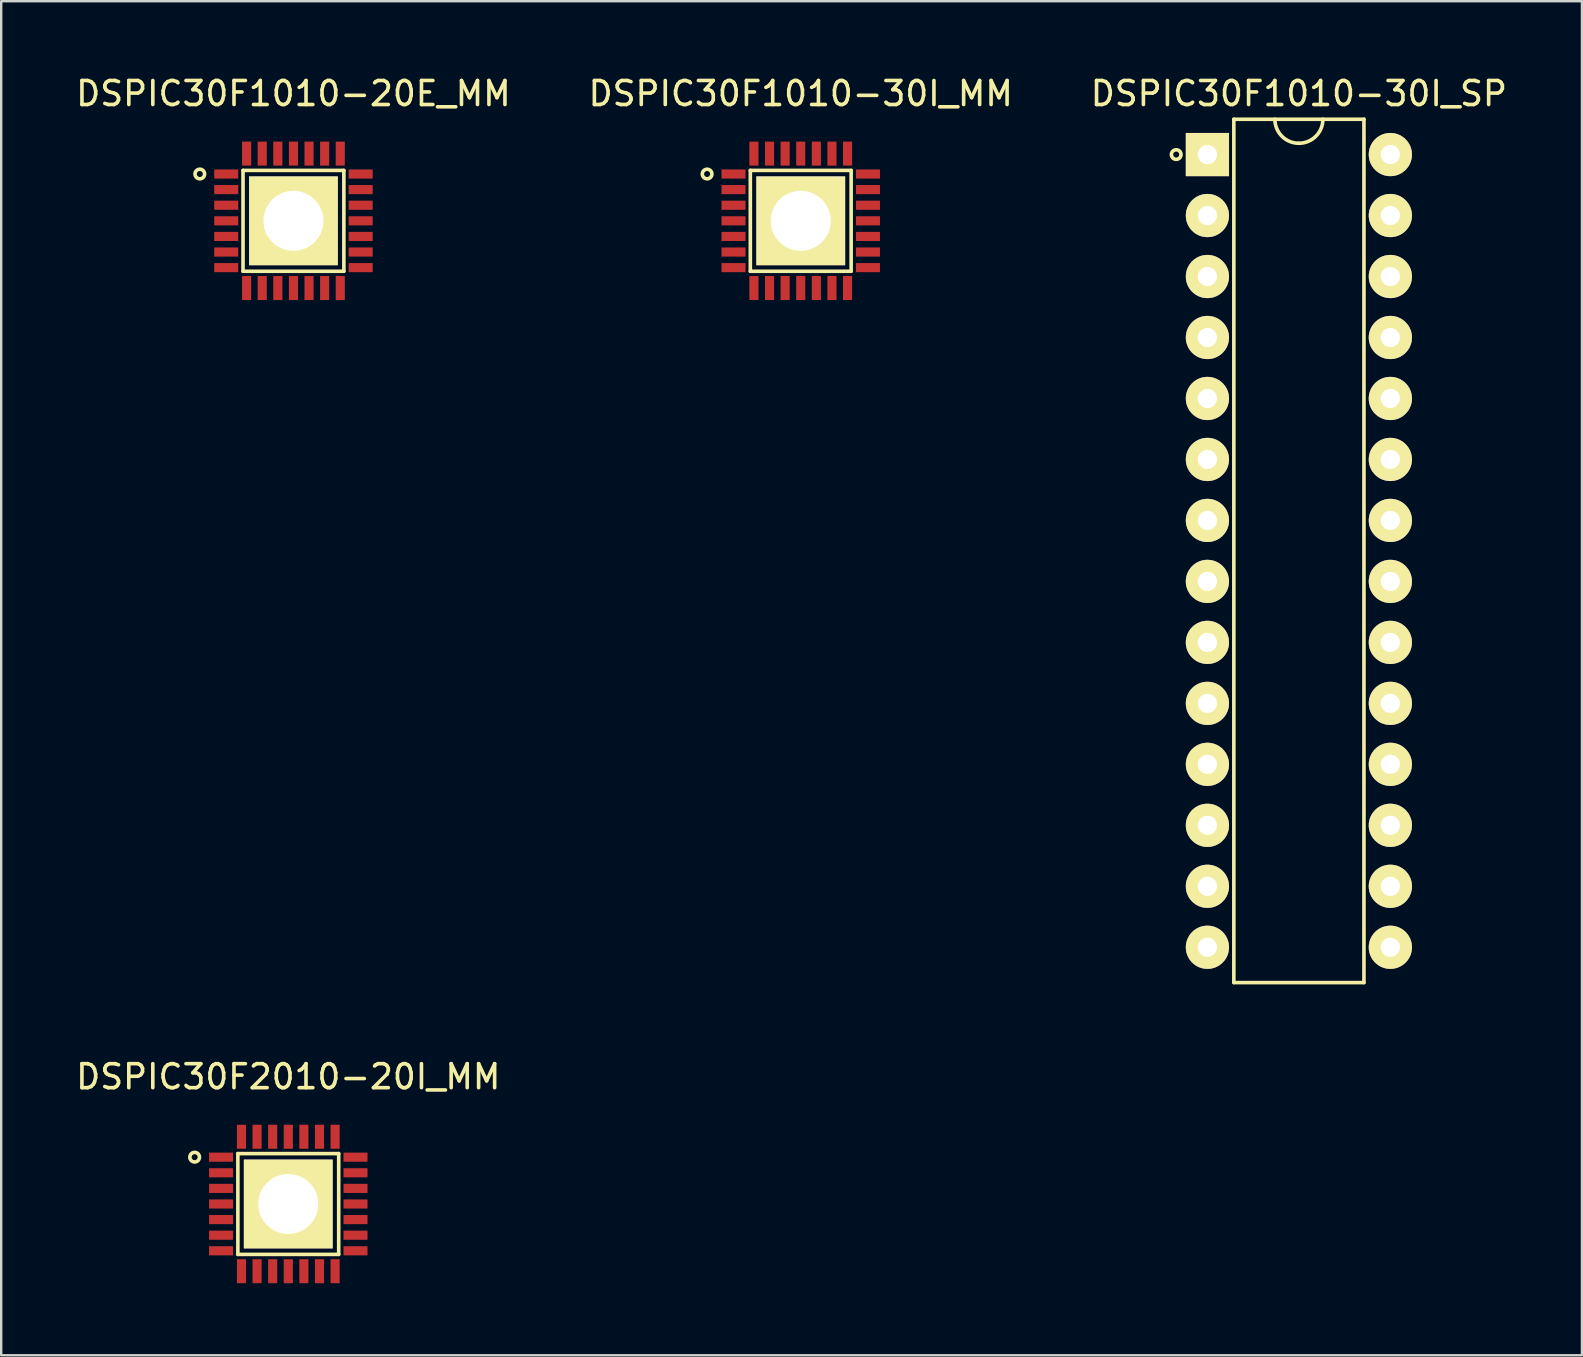
<source format=kicad_pcb>
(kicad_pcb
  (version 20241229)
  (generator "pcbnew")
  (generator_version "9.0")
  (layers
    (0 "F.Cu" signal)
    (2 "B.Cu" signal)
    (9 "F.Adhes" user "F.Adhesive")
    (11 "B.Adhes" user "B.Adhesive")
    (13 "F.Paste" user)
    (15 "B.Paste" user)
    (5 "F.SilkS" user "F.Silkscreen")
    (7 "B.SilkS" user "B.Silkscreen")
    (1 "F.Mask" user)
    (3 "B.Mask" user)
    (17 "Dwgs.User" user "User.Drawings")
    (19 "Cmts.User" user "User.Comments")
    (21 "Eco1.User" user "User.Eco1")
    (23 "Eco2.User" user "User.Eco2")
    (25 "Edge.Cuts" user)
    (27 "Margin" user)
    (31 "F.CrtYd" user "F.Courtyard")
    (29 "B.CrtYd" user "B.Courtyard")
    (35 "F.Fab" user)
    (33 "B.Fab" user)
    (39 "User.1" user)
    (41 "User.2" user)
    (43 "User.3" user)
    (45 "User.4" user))
  (footprint "DSPIC30F1010-30I_MM"
    (layer "F.Cu")
    (at 27.504 3.348)
    (property "Reference" "DSPIC30F1010-30I_MM" (at 2.8 -2.5 0) (layer "F.SilkS") (effects (font (size 1 1) (thickness 0.15))))
    (attr through_hole)
    (fp_line (start 0.7 0.7) (end 0.7 4.9) (stroke (width 0.15) (type solid)) (layer "F.SilkS"))
    (fp_line (start 0.7 0.7) (end 4.9 0.7) (stroke (width 0.15) (type solid)) (layer "F.SilkS"))
    (fp_line (start 0.7 4.9) (end 4.9 4.9) (stroke (width 0.15) (type solid)) (layer "F.SilkS"))
    (fp_line (start 4.9 4.9) (end 4.9 0.7) (stroke (width 0.15) (type solid)) (layer "F.SilkS"))
    (fp_circle (center -1.1 0.85) (end -1.1 0.65) (stroke (width 0.15) (type solid)) (fill no) (layer "F.SilkS"))
    (fp_circle (center 1.7 1.7) (end 1.7 1.2) (stroke (width 0.15) (type solid)) (fill no) (layer "F.SilkS"))
    (pad "1" smd rect (at 0 0.85) (size 1 0.38) (layers "F.Cu" "F.Mask" "F.Paste"))
    (pad "2" smd rect (at 0 1.5) (size 1 0.38) (layers "F.Cu" "F.Mask" "F.Paste"))
    (pad "3" smd rect (at 0 2.15) (size 1 0.38) (layers "F.Cu" "F.Mask" "F.Paste"))
    (pad "4" smd rect (at 0 2.8) (size 1 0.38) (layers "F.Cu" "F.Mask" "F.Paste"))
    (pad "5" smd rect (at 0 3.45) (size 1 0.38) (layers "F.Cu" "F.Mask" "F.Paste"))
    (pad "6" smd rect (at 0 4.1) (size 1 0.38) (layers "F.Cu" "F.Mask" "F.Paste"))
    (pad "7" smd rect (at 0 4.75) (size 1 0.38) (layers "F.Cu" "F.Mask" "F.Paste"))
    (pad "8" smd rect (at 0.85 5.6) (size 0.38 1) (layers "F.Cu" "F.Mask" "F.Paste"))
    (pad "9" smd rect (at 1.5 5.6) (size 0.38 1) (layers "F.Cu" "F.Mask" "F.Paste"))
    (pad "10" smd rect (at 2.15 5.6) (size 0.38 1) (layers "F.Cu" "F.Mask" "F.Paste"))
    (pad "11" smd rect (at 2.8 5.6) (size 0.38 1) (layers "F.Cu" "F.Mask" "F.Paste"))
    (pad "12" smd rect (at 3.45 5.6) (size 0.38 1) (layers "F.Cu" "F.Mask" "F.Paste"))
    (pad "13" smd rect (at 4.1 5.6) (size 0.38 1) (layers "F.Cu" "F.Mask" "F.Paste"))
    (pad "14" smd rect (at 4.75 5.6) (size 0.38 1) (layers "F.Cu" "F.Mask" "F.Paste"))
    (pad "15" smd rect (at 5.6 4.75) (size 1 0.38) (layers "F.Cu" "F.Mask" "F.Paste"))
    (pad "16" smd rect (at 5.6 4.1) (size 1 0.38) (layers "F.Cu" "F.Mask" "F.Paste"))
    (pad "17" smd rect (at 5.6 3.45) (size 1 0.38) (layers "F.Cu" "F.Mask" "F.Paste"))
    (pad "18" smd rect (at 5.6 2.8) (size 1 0.38) (layers "F.Cu" "F.Mask" "F.Paste"))
    (pad "19" smd rect (at 5.6 2.15) (size 1 0.38) (layers "F.Cu" "F.Mask" "F.Paste"))
    (pad "20" smd rect (at 5.6 1.5) (size 1 0.38) (layers "F.Cu" "F.Mask" "F.Paste"))
    (pad "21" smd rect (at 5.6 0.85) (size 1 0.38) (layers "F.Cu" "F.Mask" "F.Paste"))
    (pad "22" smd rect (at 4.75 0) (size 0.38 1) (layers "F.Cu" "F.Mask" "F.Paste"))
    (pad "23" smd rect (at 4.1 0) (size 0.38 1) (layers "F.Cu" "F.Mask" "F.Paste"))
    (pad "24" smd rect (at 3.45 0) (size 0.38 1) (layers "F.Cu" "F.Mask" "F.Paste"))
    (pad "25" smd rect (at 2.8 0) (size 0.38 1) (layers "F.Cu" "F.Mask" "F.Paste"))
    (pad "26" smd rect (at 2.15 0) (size 0.38 1) (layers "F.Cu" "F.Mask" "F.Paste"))
    (pad "27" smd rect (at 1.5 0) (size 0.38 1) (layers "F.Cu" "F.Mask" "F.Paste"))
    (pad "28" smd rect (at 0.85 0) (size 0.38 1) (layers "F.Cu" "F.Mask" "F.Paste"))
    (pad "999" thru_hole rect (at 2.8 2.8) (size 3.7 3.7) (drill 2.5) (layers "*.Cu" "*.Mask" "F.SilkS")))
  (footprint "DSPIC30F2010-20I_MM"
    (layer "F.Cu")
    (at 6.158 44.301)
    (property "Reference" "DSPIC30F2010-20I_MM" (at 2.8 -2.5 0) (layer "F.SilkS") (effects (font (size 1 1) (thickness 0.15))))
    (attr through_hole)
    (fp_line (start 0.7 0.7) (end 0.7 4.9) (stroke (width 0.15) (type solid)) (layer "F.SilkS"))
    (fp_line (start 0.7 0.7) (end 4.9 0.7) (stroke (width 0.15) (type solid)) (layer "F.SilkS"))
    (fp_line (start 0.7 4.9) (end 4.9 4.9) (stroke (width 0.15) (type solid)) (layer "F.SilkS"))
    (fp_line (start 4.9 4.9) (end 4.9 0.7) (stroke (width 0.15) (type solid)) (layer "F.SilkS"))
    (fp_circle (center -1.1 0.85) (end -1.1 0.65) (stroke (width 0.15) (type solid)) (fill no) (layer "F.SilkS"))
    (fp_circle (center 1.7 1.7) (end 1.7 1.2) (stroke (width 0.15) (type solid)) (fill no) (layer "F.SilkS"))
    (pad "1" smd rect (at 0 0.85) (size 1 0.38) (layers "F.Cu" "F.Mask" "F.Paste"))
    (pad "2" smd rect (at 0 1.5) (size 1 0.38) (layers "F.Cu" "F.Mask" "F.Paste"))
    (pad "3" smd rect (at 0 2.15) (size 1 0.38) (layers "F.Cu" "F.Mask" "F.Paste"))
    (pad "4" smd rect (at 0 2.8) (size 1 0.38) (layers "F.Cu" "F.Mask" "F.Paste"))
    (pad "5" smd rect (at 0 3.45) (size 1 0.38) (layers "F.Cu" "F.Mask" "F.Paste"))
    (pad "6" smd rect (at 0 4.1) (size 1 0.38) (layers "F.Cu" "F.Mask" "F.Paste"))
    (pad "7" smd rect (at 0 4.75) (size 1 0.38) (layers "F.Cu" "F.Mask" "F.Paste"))
    (pad "8" smd rect (at 0.85 5.6) (size 0.38 1) (layers "F.Cu" "F.Mask" "F.Paste"))
    (pad "9" smd rect (at 1.5 5.6) (size 0.38 1) (layers "F.Cu" "F.Mask" "F.Paste"))
    (pad "10" smd rect (at 2.15 5.6) (size 0.38 1) (layers "F.Cu" "F.Mask" "F.Paste"))
    (pad "11" smd rect (at 2.8 5.6) (size 0.38 1) (layers "F.Cu" "F.Mask" "F.Paste"))
    (pad "12" smd rect (at 3.45 5.6) (size 0.38 1) (layers "F.Cu" "F.Mask" "F.Paste"))
    (pad "13" smd rect (at 4.1 5.6) (size 0.38 1) (layers "F.Cu" "F.Mask" "F.Paste"))
    (pad "14" smd rect (at 4.75 5.6) (size 0.38 1) (layers "F.Cu" "F.Mask" "F.Paste"))
    (pad "15" smd rect (at 5.6 4.75) (size 1 0.38) (layers "F.Cu" "F.Mask" "F.Paste"))
    (pad "16" smd rect (at 5.6 4.1) (size 1 0.38) (layers "F.Cu" "F.Mask" "F.Paste"))
    (pad "17" smd rect (at 5.6 3.45) (size 1 0.38) (layers "F.Cu" "F.Mask" "F.Paste"))
    (pad "18" smd rect (at 5.6 2.8) (size 1 0.38) (layers "F.Cu" "F.Mask" "F.Paste"))
    (pad "19" smd rect (at 5.6 2.15) (size 1 0.38) (layers "F.Cu" "F.Mask" "F.Paste"))
    (pad "20" smd rect (at 5.6 1.5) (size 1 0.38) (layers "F.Cu" "F.Mask" "F.Paste"))
    (pad "21" smd rect (at 5.6 0.85) (size 1 0.38) (layers "F.Cu" "F.Mask" "F.Paste"))
    (pad "22" smd rect (at 4.75 0) (size 0.38 1) (layers "F.Cu" "F.Mask" "F.Paste"))
    (pad "23" smd rect (at 4.1 0) (size 0.38 1) (layers "F.Cu" "F.Mask" "F.Paste"))
    (pad "24" smd rect (at 3.45 0) (size 0.38 1) (layers "F.Cu" "F.Mask" "F.Paste"))
    (pad "25" smd rect (at 2.8 0) (size 0.38 1) (layers "F.Cu" "F.Mask" "F.Paste"))
    (pad "26" smd rect (at 2.15 0) (size 0.38 1) (layers "F.Cu" "F.Mask" "F.Paste"))
    (pad "27" smd rect (at 1.5 0) (size 0.38 1) (layers "F.Cu" "F.Mask" "F.Paste"))
    (pad "28" smd rect (at 0.85 0) (size 0.38 1) (layers "F.Cu" "F.Mask" "F.Paste"))
    (pad "999" thru_hole rect (at 2.8 2.8) (size 3.7 3.7) (drill 2.5) (layers "*.Cu" "*.Mask" "F.SilkS")))
  (footprint "DSPIC30F1010-20E_MM"
    (layer "F.Cu")
    (at 6.373 3.348)
    (property "Reference" "DSPIC30F1010-20E_MM" (at 2.8 -2.5 0) (layer "F.SilkS") (effects (font (size 1 1) (thickness 0.15))))
    (attr through_hole)
    (fp_line (start 0.7 0.7) (end 0.7 4.9) (stroke (width 0.15) (type solid)) (layer "F.SilkS"))
    (fp_line (start 0.7 0.7) (end 4.9 0.7) (stroke (width 0.15) (type solid)) (layer "F.SilkS"))
    (fp_line (start 0.7 4.9) (end 4.9 4.9) (stroke (width 0.15) (type solid)) (layer "F.SilkS"))
    (fp_line (start 4.9 4.9) (end 4.9 0.7) (stroke (width 0.15) (type solid)) (layer "F.SilkS"))
    (fp_circle (center -1.1 0.85) (end -1.1 0.65) (stroke (width 0.15) (type solid)) (fill no) (layer "F.SilkS"))
    (fp_circle (center 1.7 1.7) (end 1.7 1.2) (stroke (width 0.15) (type solid)) (fill no) (layer "F.SilkS"))
    (pad "1" smd rect (at 0 0.85) (size 1 0.38) (layers "F.Cu" "F.Mask" "F.Paste"))
    (pad "2" smd rect (at 0 1.5) (size 1 0.38) (layers "F.Cu" "F.Mask" "F.Paste"))
    (pad "3" smd rect (at 0 2.15) (size 1 0.38) (layers "F.Cu" "F.Mask" "F.Paste"))
    (pad "4" smd rect (at 0 2.8) (size 1 0.38) (layers "F.Cu" "F.Mask" "F.Paste"))
    (pad "5" smd rect (at 0 3.45) (size 1 0.38) (layers "F.Cu" "F.Mask" "F.Paste"))
    (pad "6" smd rect (at 0 4.1) (size 1 0.38) (layers "F.Cu" "F.Mask" "F.Paste"))
    (pad "7" smd rect (at 0 4.75) (size 1 0.38) (layers "F.Cu" "F.Mask" "F.Paste"))
    (pad "8" smd rect (at 0.85 5.6) (size 0.38 1) (layers "F.Cu" "F.Mask" "F.Paste"))
    (pad "9" smd rect (at 1.5 5.6) (size 0.38 1) (layers "F.Cu" "F.Mask" "F.Paste"))
    (pad "10" smd rect (at 2.15 5.6) (size 0.38 1) (layers "F.Cu" "F.Mask" "F.Paste"))
    (pad "11" smd rect (at 2.8 5.6) (size 0.38 1) (layers "F.Cu" "F.Mask" "F.Paste"))
    (pad "12" smd rect (at 3.45 5.6) (size 0.38 1) (layers "F.Cu" "F.Mask" "F.Paste"))
    (pad "13" smd rect (at 4.1 5.6) (size 0.38 1) (layers "F.Cu" "F.Mask" "F.Paste"))
    (pad "14" smd rect (at 4.75 5.6) (size 0.38 1) (layers "F.Cu" "F.Mask" "F.Paste"))
    (pad "15" smd rect (at 5.6 4.75) (size 1 0.38) (layers "F.Cu" "F.Mask" "F.Paste"))
    (pad "16" smd rect (at 5.6 4.1) (size 1 0.38) (layers "F.Cu" "F.Mask" "F.Paste"))
    (pad "17" smd rect (at 5.6 3.45) (size 1 0.38) (layers "F.Cu" "F.Mask" "F.Paste"))
    (pad "18" smd rect (at 5.6 2.8) (size 1 0.38) (layers "F.Cu" "F.Mask" "F.Paste"))
    (pad "19" smd rect (at 5.6 2.15) (size 1 0.38) (layers "F.Cu" "F.Mask" "F.Paste"))
    (pad "20" smd rect (at 5.6 1.5) (size 1 0.38) (layers "F.Cu" "F.Mask" "F.Paste"))
    (pad "21" smd rect (at 5.6 0.85) (size 1 0.38) (layers "F.Cu" "F.Mask" "F.Paste"))
    (pad "22" smd rect (at 4.75 0) (size 0.38 1) (layers "F.Cu" "F.Mask" "F.Paste"))
    (pad "23" smd rect (at 4.1 0) (size 0.38 1) (layers "F.Cu" "F.Mask" "F.Paste"))
    (pad "24" smd rect (at 3.45 0) (size 0.38 1) (layers "F.Cu" "F.Mask" "F.Paste"))
    (pad "25" smd rect (at 2.8 0) (size 0.38 1) (layers "F.Cu" "F.Mask" "F.Paste"))
    (pad "26" smd rect (at 2.15 0) (size 0.38 1) (layers "F.Cu" "F.Mask" "F.Paste"))
    (pad "27" smd rect (at 1.5 0) (size 0.38 1) (layers "F.Cu" "F.Mask" "F.Paste"))
    (pad "28" smd rect (at 0.85 0) (size 0.38 1) (layers "F.Cu" "F.Mask" "F.Paste"))
    (pad "999" thru_hole rect (at 2.8 2.8) (size 3.7 3.7) (drill 2.5) (layers "*.Cu" "*.Mask" "F.SilkS")))
  (footprint "DSPIC30F1010-30I_SP"
    (layer "F.Cu")
    (at 47.244 3.388)
    (property "Reference" "DSPIC30F1010-30I_SP" (at 3.81 -2.54 0) (layer "F.SilkS") (effects (font (size 1 1) (thickness 0.15))))
    (attr through_hole)
    (fp_line (start 1.1 -1.47) (end 6.52 -1.47) (stroke (width 0.15) (type solid)) (layer "F.SilkS"))
    (fp_line (start 1.1 34.49) (end 1.1 -1.47) (stroke (width 0.15) (type solid)) (layer "F.SilkS"))
    (fp_line (start 6.52 -1.47) (end 6.52 34.49) (stroke (width 0.15) (type solid)) (layer "F.SilkS"))
    (fp_line (start 6.52 34.49) (end 1.1 34.49) (stroke (width 0.15) (type solid)) (layer "F.SilkS"))
    (fp_arc (start 3.81 -0.47) (mid 3.102893 -0.762893) (end 2.81 -1.47) (stroke (width 0.15) (type solid)) (layer "F.SilkS"))
    (fp_arc (start 4.81 -1.47) (mid 4.517107 -0.762893) (end 3.81 -0.47) (stroke (width 0.15) (type solid)) (layer "F.SilkS"))
    (fp_circle (center -1.3 0) (end -1.3 0.2) (stroke (width 0.15) (type solid)) (fill no) (layer "F.SilkS"))
    (pad "1" thru_hole rect (at 0 0) (size 1.8 1.8) (drill 0.8) (layers "*.Cu" "*.Mask" "F.SilkS"))
    (pad "2" thru_hole circle (at 0 2.54) (size 1.8 1.8) (drill 0.8) (layers "*.Cu" "*.Mask" "F.SilkS"))
    (pad "3" thru_hole circle (at 0 5.08) (size 1.8 1.8) (drill 0.8) (layers "*.Cu" "*.Mask" "F.SilkS"))
    (pad "4" thru_hole circle (at 0 7.62) (size 1.8 1.8) (drill 0.8) (layers "*.Cu" "*.Mask" "F.SilkS"))
    (pad "5" thru_hole circle (at 0 10.16) (size 1.8 1.8) (drill 0.8) (layers "*.Cu" "*.Mask" "F.SilkS"))
    (pad "6" thru_hole circle (at 0 12.7) (size 1.8 1.8) (drill 0.8) (layers "*.Cu" "*.Mask" "F.SilkS"))
    (pad "7" thru_hole circle (at 0 15.24) (size 1.8 1.8) (drill 0.8) (layers "*.Cu" "*.Mask" "F.SilkS"))
    (pad "8" thru_hole circle (at 0 17.78) (size 1.8 1.8) (drill 0.8) (layers "*.Cu" "*.Mask" "F.SilkS"))
    (pad "9" thru_hole circle (at 0 20.32) (size 1.8 1.8) (drill 0.8) (layers "*.Cu" "*.Mask" "F.SilkS"))
    (pad "10" thru_hole circle (at 0 22.86) (size 1.8 1.8) (drill 0.8) (layers "*.Cu" "*.Mask" "F.SilkS"))
    (pad "11" thru_hole circle (at 0 25.4) (size 1.8 1.8) (drill 0.8) (layers "*.Cu" "*.Mask" "F.SilkS"))
    (pad "12" thru_hole circle (at 0 27.94) (size 1.8 1.8) (drill 0.8) (layers "*.Cu" "*.Mask" "F.SilkS"))
    (pad "13" thru_hole circle (at 0 30.48) (size 1.8 1.8) (drill 0.8) (layers "*.Cu" "*.Mask" "F.SilkS"))
    (pad "14" thru_hole circle (at 0 33.02) (size 1.8 1.8) (drill 0.8) (layers "*.Cu" "*.Mask" "F.SilkS"))
    (pad "15" thru_hole circle (at 7.62 33.02) (size 1.8 1.8) (drill 0.8) (layers "*.Cu" "*.Mask" "F.SilkS"))
    (pad "16" thru_hole circle (at 7.62 30.48) (size 1.8 1.8) (drill 0.8) (layers "*.Cu" "*.Mask" "F.SilkS"))
    (pad "17" thru_hole circle (at 7.62 27.94) (size 1.8 1.8) (drill 0.8) (layers "*.Cu" "*.Mask" "F.SilkS"))
    (pad "18" thru_hole circle (at 7.62 25.4) (size 1.8 1.8) (drill 0.8) (layers "*.Cu" "*.Mask" "F.SilkS"))
    (pad "19" thru_hole circle (at 7.62 22.86) (size 1.8 1.8) (drill 0.8) (layers "*.Cu" "*.Mask" "F.SilkS"))
    (pad "20" thru_hole circle (at 7.62 20.32) (size 1.8 1.8) (drill 0.8) (layers "*.Cu" "*.Mask" "F.SilkS"))
    (pad "21" thru_hole circle (at 7.62 17.78) (size 1.8 1.8) (drill 0.8) (layers "*.Cu" "*.Mask" "F.SilkS"))
    (pad "22" thru_hole circle (at 7.62 15.24) (size 1.8 1.8) (drill 0.8) (layers "*.Cu" "*.Mask" "F.SilkS"))
    (pad "23" thru_hole circle (at 7.62 12.7) (size 1.8 1.8) (drill 0.8) (layers "*.Cu" "*.Mask" "F.SilkS"))
    (pad "24" thru_hole circle (at 7.62 10.16) (size 1.8 1.8) (drill 0.8) (layers "*.Cu" "*.Mask" "F.SilkS"))
    (pad "25" thru_hole circle (at 7.62 7.62) (size 1.8 1.8) (drill 0.8) (layers "*.Cu" "*.Mask" "F.SilkS"))
    (pad "26" thru_hole circle (at 7.62 5.08) (size 1.8 1.8) (drill 0.8) (layers "*.Cu" "*.Mask" "F.SilkS"))
    (pad "27" thru_hole circle (at 7.62 2.54) (size 1.8 1.8) (drill 0.8) (layers "*.Cu" "*.Mask" "F.SilkS"))
    (pad "28" thru_hole circle (at 7.62 0) (size 1.8 1.8) (drill 0.8) (layers "*.Cu" "*.Mask" "F.SilkS")))
  (gr_rect
    (start -3 -3)
    (end 62.845 53.401)
    (stroke (width 0.1) (type default))
    (fill no)
    (layer "Edge.Cuts")))
</source>
